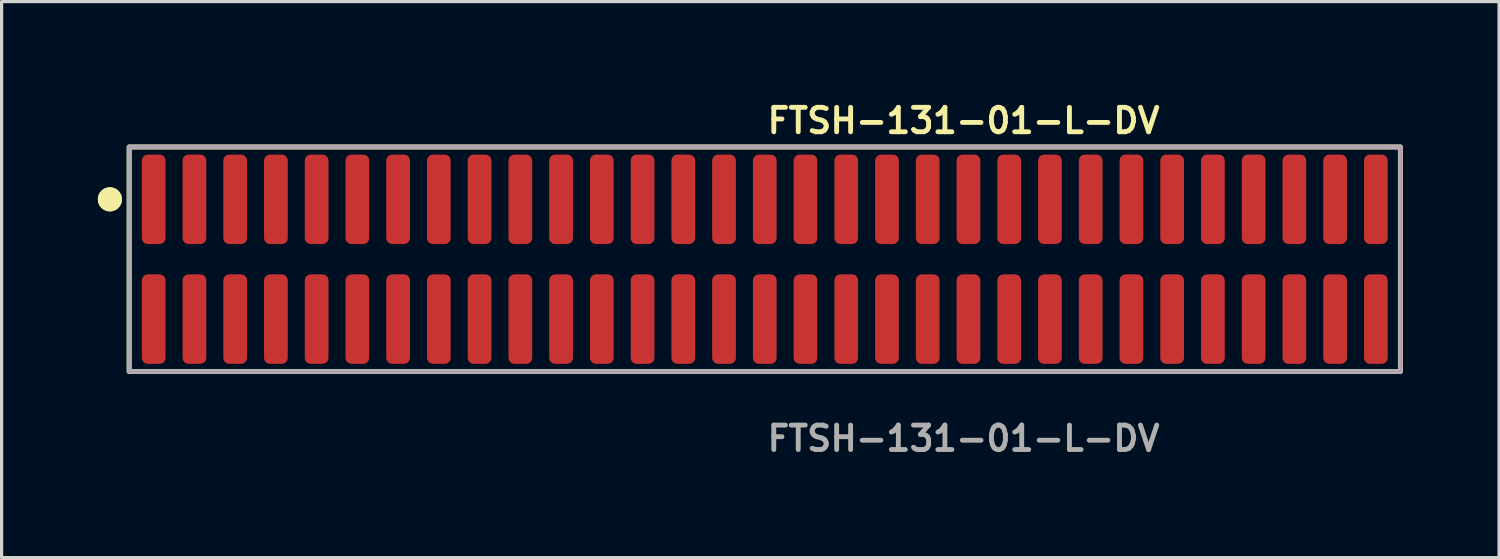
<source format=kicad_pcb>
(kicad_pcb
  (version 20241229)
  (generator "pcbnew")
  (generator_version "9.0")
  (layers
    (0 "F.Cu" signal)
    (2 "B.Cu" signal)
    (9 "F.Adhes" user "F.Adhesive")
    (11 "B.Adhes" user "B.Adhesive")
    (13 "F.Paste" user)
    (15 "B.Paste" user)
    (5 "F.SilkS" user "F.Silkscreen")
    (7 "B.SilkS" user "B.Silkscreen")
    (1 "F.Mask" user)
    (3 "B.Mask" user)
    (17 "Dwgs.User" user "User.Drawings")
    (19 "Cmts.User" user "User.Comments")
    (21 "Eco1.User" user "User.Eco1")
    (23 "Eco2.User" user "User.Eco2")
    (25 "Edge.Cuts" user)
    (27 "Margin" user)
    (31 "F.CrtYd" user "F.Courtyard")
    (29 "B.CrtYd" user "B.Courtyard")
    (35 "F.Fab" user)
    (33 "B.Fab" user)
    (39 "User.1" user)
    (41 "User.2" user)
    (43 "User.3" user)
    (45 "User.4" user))
  (footprint "FTSH-131-01-L-DV"
    (layer "F.Cu")
    (at 20.791 5.031)
    (property "Reference" "FTSH-131-01-L-DV" (at 0 -4.318 0) (unlocked yes) (layer "F.SilkS") (effects (font (size 0.762 0.762) (thickness 0.152)) (justify left)))
    (fp_rect (start -19.815 3.5) (end 19.815 -3.5) (stroke (width 0.152) (type solid)) (fill no) (layer "F.SilkS"))
    (fp_circle (center -20.415 -1.867) (end -20.715 -1.867) (stroke (width 0.152) (type solid)) (fill yes) (layer "F.SilkS"))
    (fp_circle (center -20.415 -1.867) (end -20.715 -1.867) (stroke (width 0.152) (type solid)) (fill yes) (layer "F.SilkS"))
    (fp_rect (start -19.815 3.5) (end 19.815 -3.5) (stroke (width 0.006) (type solid)) (fill no) (layer "F.CrtYd"))
    (fp_rect (start -19.815 3.5) (end 19.815 -3.5) (stroke (width 0.152) (type solid)) (fill no) (layer "F.Fab"))
    (fp_text user "${REFERENCE}" (at 0 5.588 0) (unlocked yes) (layer "F.Fab") (effects (font (size 0.762 0.762) (thickness 0.152)) (justify left)))
    (pad "1" smd roundrect (at -19.05 -1.867) (size 0.74 2.79) (layers "F.Cu" "F.Paste") (roundrect_rratio 0.25))
    (pad "2" smd roundrect (at -19.05 1.867) (size 0.74 2.79) (layers "F.Cu" "F.Paste") (roundrect_rratio 0.25))
    (pad "3" smd roundrect (at -17.78 -1.867) (size 0.74 2.79) (layers "F.Cu" "F.Paste") (roundrect_rratio 0.25))
    (pad "4" smd roundrect (at -17.78 1.867) (size 0.74 2.79) (layers "F.Cu" "F.Paste") (roundrect_rratio 0.25))
    (pad "5" smd roundrect (at -16.51 -1.867) (size 0.74 2.79) (layers "F.Cu" "F.Paste") (roundrect_rratio 0.25))
    (pad "6" smd roundrect (at -16.51 1.867) (size 0.74 2.79) (layers "F.Cu" "F.Paste") (roundrect_rratio 0.25))
    (pad "7" smd roundrect (at -15.24 -1.867) (size 0.74 2.79) (layers "F.Cu" "F.Paste") (roundrect_rratio 0.25))
    (pad "8" smd roundrect (at -15.24 1.867) (size 0.74 2.79) (layers "F.Cu" "F.Paste") (roundrect_rratio 0.25))
    (pad "9" smd roundrect (at -13.97 -1.867) (size 0.74 2.79) (layers "F.Cu" "F.Paste") (roundrect_rratio 0.25))
    (pad "10" smd roundrect (at -13.97 1.867) (size 0.74 2.79) (layers "F.Cu" "F.Paste") (roundrect_rratio 0.25))
    (pad "11" smd roundrect (at -12.7 -1.867) (size 0.74 2.79) (layers "F.Cu" "F.Paste") (roundrect_rratio 0.25))
    (pad "12" smd roundrect (at -12.7 1.867) (size 0.74 2.79) (layers "F.Cu" "F.Paste") (roundrect_rratio 0.25))
    (pad "13" smd roundrect (at -11.43 -1.867) (size 0.74 2.79) (layers "F.Cu" "F.Paste") (roundrect_rratio 0.25))
    (pad "14" smd roundrect (at -11.43 1.867) (size 0.74 2.79) (layers "F.Cu" "F.Paste") (roundrect_rratio 0.25))
    (pad "15" smd roundrect (at -10.16 -1.867) (size 0.74 2.79) (layers "F.Cu" "F.Paste") (roundrect_rratio 0.25))
    (pad "16" smd roundrect (at -10.16 1.867) (size 0.74 2.79) (layers "F.Cu" "F.Paste") (roundrect_rratio 0.25))
    (pad "17" smd roundrect (at -8.89 -1.867) (size 0.74 2.79) (layers "F.Cu" "F.Paste") (roundrect_rratio 0.25))
    (pad "18" smd roundrect (at -8.89 1.867) (size 0.74 2.79) (layers "F.Cu" "F.Paste") (roundrect_rratio 0.25))
    (pad "19" smd roundrect (at -7.62 -1.867) (size 0.74 2.79) (layers "F.Cu" "F.Paste") (roundrect_rratio 0.25))
    (pad "20" smd roundrect (at -7.62 1.867) (size 0.74 2.79) (layers "F.Cu" "F.Paste") (roundrect_rratio 0.25))
    (pad "21" smd roundrect (at -6.35 -1.867) (size 0.74 2.79) (layers "F.Cu" "F.Paste") (roundrect_rratio 0.25))
    (pad "22" smd roundrect (at -6.35 1.867) (size 0.74 2.79) (layers "F.Cu" "F.Paste") (roundrect_rratio 0.25))
    (pad "23" smd roundrect (at -5.08 -1.867) (size 0.74 2.79) (layers "F.Cu" "F.Paste") (roundrect_rratio 0.25))
    (pad "24" smd roundrect (at -5.08 1.867) (size 0.74 2.79) (layers "F.Cu" "F.Paste") (roundrect_rratio 0.25))
    (pad "25" smd roundrect (at -3.81 -1.867) (size 0.74 2.79) (layers "F.Cu" "F.Paste") (roundrect_rratio 0.25))
    (pad "26" smd roundrect (at -3.81 1.867) (size 0.74 2.79) (layers "F.Cu" "F.Paste") (roundrect_rratio 0.25))
    (pad "27" smd roundrect (at -2.54 -1.867) (size 0.74 2.79) (layers "F.Cu" "F.Paste") (roundrect_rratio 0.25))
    (pad "28" smd roundrect (at -2.54 1.867) (size 0.74 2.79) (layers "F.Cu" "F.Paste") (roundrect_rratio 0.25))
    (pad "29" smd roundrect (at -1.27 -1.867) (size 0.74 2.79) (layers "F.Cu" "F.Paste") (roundrect_rratio 0.25))
    (pad "30" smd roundrect (at -1.27 1.867) (size 0.74 2.79) (layers "F.Cu" "F.Paste") (roundrect_rratio 0.25))
    (pad "31" smd roundrect (at 0 -1.867) (size 0.74 2.79) (layers "F.Cu" "F.Paste") (roundrect_rratio 0.25))
    (pad "32" smd roundrect (at 0 1.867) (size 0.74 2.79) (layers "F.Cu" "F.Paste") (roundrect_rratio 0.25))
    (pad "33" smd roundrect (at 1.27 -1.867) (size 0.74 2.79) (layers "F.Cu" "F.Paste") (roundrect_rratio 0.25))
    (pad "34" smd roundrect (at 1.27 1.867) (size 0.74 2.79) (layers "F.Cu" "F.Paste") (roundrect_rratio 0.25))
    (pad "35" smd roundrect (at 2.54 -1.867) (size 0.74 2.79) (layers "F.Cu" "F.Paste") (roundrect_rratio 0.25))
    (pad "36" smd roundrect (at 2.54 1.867) (size 0.74 2.79) (layers "F.Cu" "F.Paste") (roundrect_rratio 0.25))
    (pad "37" smd roundrect (at 3.81 -1.867) (size 0.74 2.79) (layers "F.Cu" "F.Paste") (roundrect_rratio 0.25))
    (pad "38" smd roundrect (at 3.81 1.867) (size 0.74 2.79) (layers "F.Cu" "F.Paste") (roundrect_rratio 0.25))
    (pad "39" smd roundrect (at 5.08 -1.867) (size 0.74 2.79) (layers "F.Cu" "F.Paste") (roundrect_rratio 0.25))
    (pad "40" smd roundrect (at 5.08 1.867) (size 0.74 2.79) (layers "F.Cu" "F.Paste") (roundrect_rratio 0.25))
    (pad "41" smd roundrect (at 6.35 -1.867) (size 0.74 2.79) (layers "F.Cu" "F.Paste") (roundrect_rratio 0.25))
    (pad "42" smd roundrect (at 6.35 1.867) (size 0.74 2.79) (layers "F.Cu" "F.Paste") (roundrect_rratio 0.25))
    (pad "43" smd roundrect (at 7.62 -1.867) (size 0.74 2.79) (layers "F.Cu" "F.Paste") (roundrect_rratio 0.25))
    (pad "44" smd roundrect (at 7.62 1.867) (size 0.74 2.79) (layers "F.Cu" "F.Paste") (roundrect_rratio 0.25))
    (pad "45" smd roundrect (at 8.89 -1.867) (size 0.74 2.79) (layers "F.Cu" "F.Paste") (roundrect_rratio 0.25))
    (pad "46" smd roundrect (at 8.89 1.867) (size 0.74 2.79) (layers "F.Cu" "F.Paste") (roundrect_rratio 0.25))
    (pad "47" smd roundrect (at 10.16 -1.867) (size 0.74 2.79) (layers "F.Cu" "F.Paste") (roundrect_rratio 0.25))
    (pad "48" smd roundrect (at 10.16 1.867) (size 0.74 2.79) (layers "F.Cu" "F.Paste") (roundrect_rratio 0.25))
    (pad "49" smd roundrect (at 11.43 -1.867) (size 0.74 2.79) (layers "F.Cu" "F.Paste") (roundrect_rratio 0.25))
    (pad "50" smd roundrect (at 11.43 1.867) (size 0.74 2.79) (layers "F.Cu" "F.Paste") (roundrect_rratio 0.25))
    (pad "51" smd roundrect (at 12.7 -1.867) (size 0.74 2.79) (layers "F.Cu" "F.Paste") (roundrect_rratio 0.25))
    (pad "52" smd roundrect (at 12.7 1.867) (size 0.74 2.79) (layers "F.Cu" "F.Paste") (roundrect_rratio 0.25))
    (pad "53" smd roundrect (at 13.97 -1.867) (size 0.74 2.79) (layers "F.Cu" "F.Paste") (roundrect_rratio 0.25))
    (pad "54" smd roundrect (at 13.97 1.867) (size 0.74 2.79) (layers "F.Cu" "F.Paste") (roundrect_rratio 0.25))
    (pad "55" smd roundrect (at 15.24 -1.867) (size 0.74 2.79) (layers "F.Cu" "F.Paste") (roundrect_rratio 0.25))
    (pad "56" smd roundrect (at 15.24 1.867) (size 0.74 2.79) (layers "F.Cu" "F.Paste") (roundrect_rratio 0.25))
    (pad "57" smd roundrect (at 16.51 -1.867) (size 0.74 2.79) (layers "F.Cu" "F.Paste") (roundrect_rratio 0.25))
    (pad "58" smd roundrect (at 16.51 1.867) (size 0.74 2.79) (layers "F.Cu" "F.Paste") (roundrect_rratio 0.25))
    (pad "59" smd roundrect (at 17.78 -1.867) (size 0.74 2.79) (layers "F.Cu" "F.Paste") (roundrect_rratio 0.25))
    (pad "60" smd roundrect (at 17.78 1.867) (size 0.74 2.79) (layers "F.Cu" "F.Paste") (roundrect_rratio 0.25))
    (pad "61" smd roundrect (at 19.05 -1.867) (size 0.74 2.79) (layers "F.Cu" "F.Paste") (roundrect_rratio 0.25))
    (pad "62" smd roundrect (at 19.05 1.867) (size 0.74 2.79) (layers "F.Cu" "F.Paste") (roundrect_rratio 0.25)))
  (gr_rect
    (start -3 -3)
    (end 43.682 14.332)
    (stroke (width 0.1) (type default))
    (fill no)
    (layer "Edge.Cuts")))
</source>
